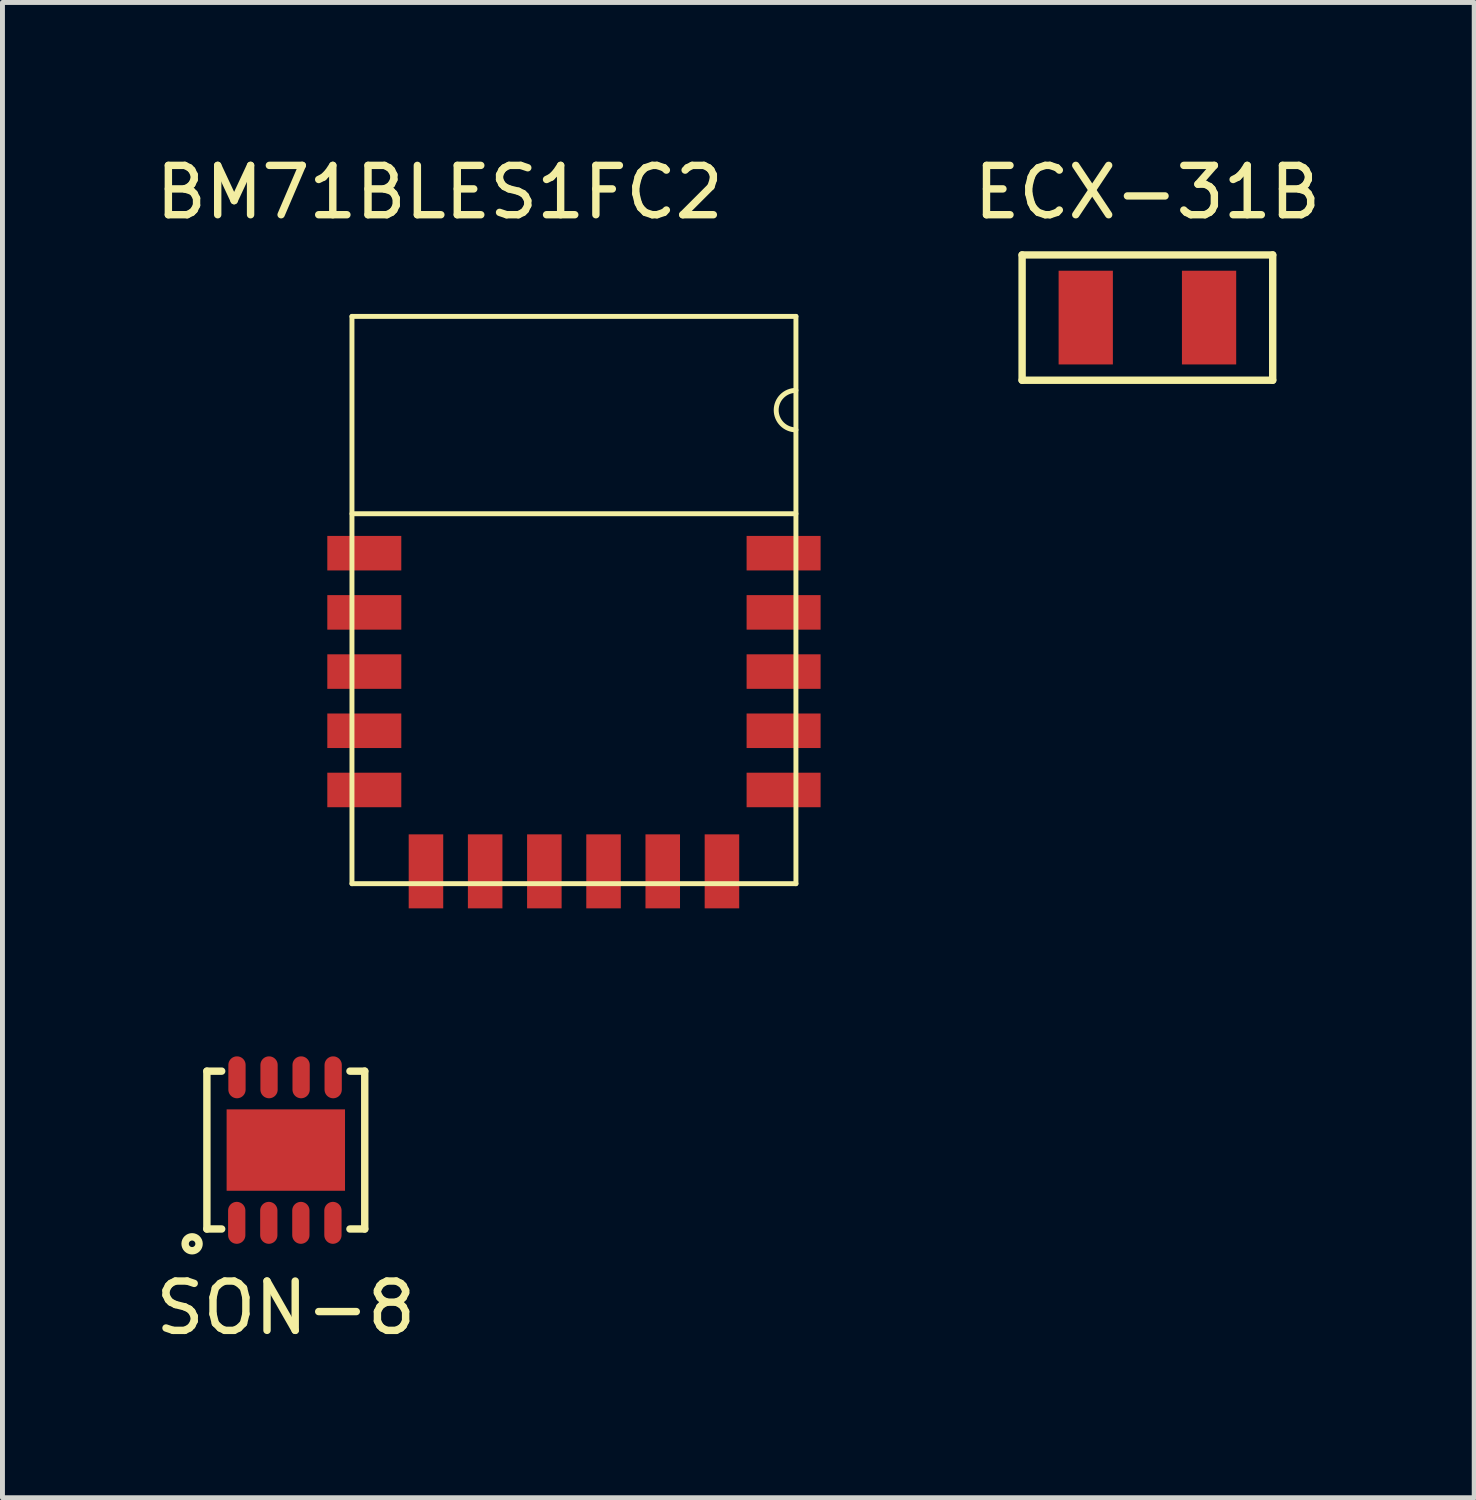
<source format=kicad_pcb>
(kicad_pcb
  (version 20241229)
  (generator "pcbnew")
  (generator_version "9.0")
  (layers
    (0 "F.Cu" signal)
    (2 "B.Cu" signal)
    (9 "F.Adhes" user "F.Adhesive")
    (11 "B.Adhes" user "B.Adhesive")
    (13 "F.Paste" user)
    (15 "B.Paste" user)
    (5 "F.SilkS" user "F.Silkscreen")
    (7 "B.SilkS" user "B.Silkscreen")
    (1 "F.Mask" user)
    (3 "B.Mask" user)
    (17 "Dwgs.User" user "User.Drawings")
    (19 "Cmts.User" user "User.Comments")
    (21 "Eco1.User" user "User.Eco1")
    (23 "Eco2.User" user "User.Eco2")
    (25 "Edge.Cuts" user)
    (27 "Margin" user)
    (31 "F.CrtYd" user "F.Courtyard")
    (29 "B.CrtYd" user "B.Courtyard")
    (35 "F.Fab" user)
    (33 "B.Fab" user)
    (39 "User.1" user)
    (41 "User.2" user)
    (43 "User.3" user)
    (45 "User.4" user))
  (footprint "ECX-31B"
    (layer "F.Cu")
    (at 20.21 3.388)
    (property "Reference" "ECX-31B" (at 0 -2.54 0) (layer "F.SilkS") (effects (font (size 1 1) (thickness 0.15))))
    (attr through_hole)
    (fp_line (start -2.54 -1.27) (end 2.54 -1.27) (stroke (width 0.15) (type solid)) (layer "F.SilkS"))
    (fp_line (start -2.54 1.27) (end -2.54 -1.27) (stroke (width 0.15) (type solid)) (layer "F.SilkS"))
    (fp_line (start 2.54 -1.27) (end 2.54 1.27) (stroke (width 0.15) (type solid)) (layer "F.SilkS"))
    (fp_line (start 2.54 1.27) (end -2.54 1.27) (stroke (width 0.15) (type solid)) (layer "F.SilkS"))
    (pad "1" smd rect (at -1.25 0) (size 1.1 1.9) (layers "F.Cu" "F.Mask" "F.Paste"))
    (pad "2" smd rect (at 1.25 0) (size 1.1 1.9) (layers "F.Cu" "F.Mask" "F.Paste")))
  (footprint "BM71BLES1FC2"
    (layer "F.Cu")
    (at 4.085 14.864)
    (property "Reference" "BM71BLES1FC2" (at 1.778 -14.016 0) (layer "F.SilkS") (effects (font (size 1 1) (thickness 0.15))))
    (attr through_hole)
    (fp_line (start 0 -11.5) (end 9 -11.5) (stroke (width 0.1) (type solid)) (layer "F.SilkS"))
    (fp_line (start 0 -7.5) (end 9 -7.5) (stroke (width 0.1) (type solid)) (layer "F.SilkS"))
    (fp_line (start 0 0) (end 0 -11.5) (stroke (width 0.1) (type solid)) (layer "F.SilkS"))
    (fp_line (start 0 0) (end 9 0) (stroke (width 0.1) (type solid)) (layer "F.SilkS"))
    (fp_line (start 9 0) (end 9 -11.5) (stroke (width 0.1) (type solid)) (layer "F.SilkS"))
    (fp_arc (start 9 -9.2) (mid 8.6 -9.6) (end 9 -10) (stroke (width 0.1) (type solid)) (layer "F.SilkS"))
    (pad "1" smd rect (at 0.25 -6.7 270) (size 0.7 1.5) (layers "F.Cu" "F.Mask" "F.Paste"))
    (pad "2" smd rect (at 0.25 -5.5 270) (size 0.7 1.5) (layers "F.Cu" "F.Mask" "F.Paste"))
    (pad "3" smd rect (at 0.25 -4.3 270) (size 0.7 1.5) (layers "F.Cu" "F.Mask" "F.Paste"))
    (pad "4" smd rect (at 0.25 -3.1 270) (size 0.7 1.5) (layers "F.Cu" "F.Mask" "F.Paste"))
    (pad "5" smd rect (at 0.25 -1.9 270) (size 0.7 1.5) (layers "F.Cu" "F.Mask" "F.Paste"))
    (pad "6" smd rect (at 1.5 -0.25) (size 0.7 1.5) (layers "F.Cu" "F.Mask" "F.Paste"))
    (pad "7" smd rect (at 2.7 -0.25) (size 0.7 1.5) (layers "F.Cu" "F.Mask" "F.Paste"))
    (pad "8" smd rect (at 3.9 -0.25) (size 0.7 1.5) (layers "F.Cu" "F.Mask" "F.Paste"))
    (pad "9" smd rect (at 5.1 -0.25) (size 0.7 1.5) (layers "F.Cu" "F.Mask" "F.Paste"))
    (pad "10" smd rect (at 6.3 -0.25) (size 0.7 1.5) (layers "F.Cu" "F.Mask" "F.Paste"))
    (pad "11" smd rect (at 7.5 -0.25) (size 0.7 1.5) (layers "F.Cu" "F.Mask" "F.Paste"))
    (pad "12" smd rect (at 8.75 -1.9 270) (size 0.7 1.5) (layers "F.Cu" "F.Mask" "F.Paste"))
    (pad "13" smd rect (at 8.75 -3.1 270) (size 0.7 1.5) (layers "F.Cu" "F.Mask" "F.Paste"))
    (pad "14" smd rect (at 8.75 -4.3 270) (size 0.7 1.5) (layers "F.Cu" "F.Mask" "F.Paste"))
    (pad "15" smd rect (at 8.75 -5.5 270) (size 0.7 1.5) (layers "F.Cu" "F.Mask" "F.Paste"))
    (pad "16" smd rect (at 8.75 -6.7 270) (size 0.7 1.5) (layers "F.Cu" "F.Mask" "F.Paste")))
  (footprint "SON-8"
    (layer "F.Cu")
    (at 2.744 20.264)
    (property "Reference" "SON-8" (at 0 3.2 0) (layer "F.SilkS") (effects (font (size 1 1) (thickness 0.15))))
    (attr through_hole)
    (fp_line (start -1.6 -1.6) (end -1.3 -1.6) (stroke (width 0.15) (type solid)) (layer "F.SilkS"))
    (fp_line (start -1.6 1.6) (end -1.6 -1.6) (stroke (width 0.15) (type solid)) (layer "F.SilkS"))
    (fp_line (start -1.3 1.6) (end -1.6 1.6) (stroke (width 0.15) (type solid)) (layer "F.SilkS"))
    (fp_line (start 1.3 -1.6) (end 1.6 -1.6) (stroke (width 0.15) (type solid)) (layer "F.SilkS"))
    (fp_line (start 1.6 -1.6) (end 1.6 1.6) (stroke (width 0.15) (type solid)) (layer "F.SilkS"))
    (fp_line (start 1.6 1.6) (end 1.3 1.6) (stroke (width 0.15) (type solid)) (layer "F.SilkS"))
    (fp_circle (center -1.9 1.9) (end -1.8 1.8) (stroke (width 0.15) (type solid)) (fill no) (layer "F.SilkS"))
    (pad "1" smd oval (at -0.995 1.475) (size 0.35 0.85) (layers "F.Cu" "F.Mask" "F.Paste"))
    (pad "2" smd oval (at -0.345 1.475) (size 0.35 0.85) (layers "F.Cu" "F.Mask" "F.Paste"))
    (pad "3" smd oval (at 0.305 1.475) (size 0.35 0.85) (layers "F.Cu" "F.Mask" "F.Paste"))
    (pad "4" smd oval (at 0.955 1.475) (size 0.35 0.85) (layers "F.Cu" "F.Mask" "F.Paste"))
    (pad "5" smd rect (at 0 0) (size 2.4 1.65) (layers "F.Cu" "F.Mask" "F.Paste"))
    (pad "5" smd oval (at 0.96 -1.475) (size 0.35 0.85) (layers "F.Cu" "F.Mask" "F.Paste"))
    (pad "6" smd oval (at 0.31 -1.475) (size 0.35 0.85) (layers "F.Cu" "F.Mask" "F.Paste"))
    (pad "7" smd oval (at -0.34 -1.475) (size 0.35 0.85) (layers "F.Cu" "F.Mask" "F.Paste"))
    (pad "8" smd oval (at -0.99 -1.475) (size 0.35 0.85) (layers "F.Cu" "F.Mask" "F.Paste")))
  (gr_rect
    (start -3 -3)
    (end 26.835 27.312)
    (stroke (width 0.1) (type default))
    (fill no)
    (layer "Edge.Cuts")))
</source>
